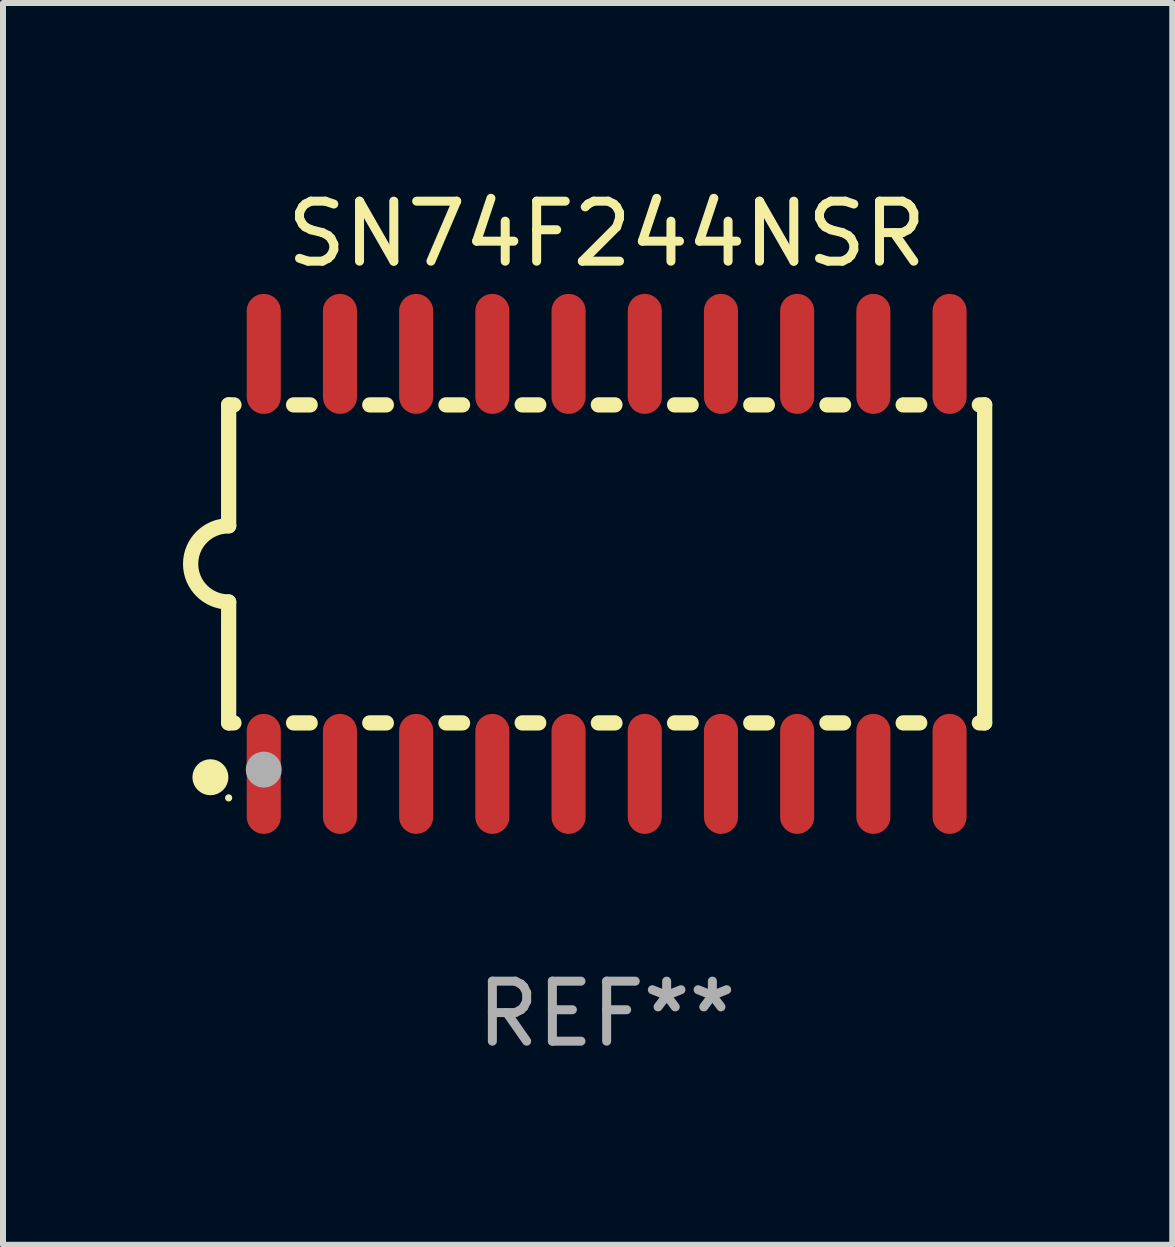
<source format=kicad_pcb>
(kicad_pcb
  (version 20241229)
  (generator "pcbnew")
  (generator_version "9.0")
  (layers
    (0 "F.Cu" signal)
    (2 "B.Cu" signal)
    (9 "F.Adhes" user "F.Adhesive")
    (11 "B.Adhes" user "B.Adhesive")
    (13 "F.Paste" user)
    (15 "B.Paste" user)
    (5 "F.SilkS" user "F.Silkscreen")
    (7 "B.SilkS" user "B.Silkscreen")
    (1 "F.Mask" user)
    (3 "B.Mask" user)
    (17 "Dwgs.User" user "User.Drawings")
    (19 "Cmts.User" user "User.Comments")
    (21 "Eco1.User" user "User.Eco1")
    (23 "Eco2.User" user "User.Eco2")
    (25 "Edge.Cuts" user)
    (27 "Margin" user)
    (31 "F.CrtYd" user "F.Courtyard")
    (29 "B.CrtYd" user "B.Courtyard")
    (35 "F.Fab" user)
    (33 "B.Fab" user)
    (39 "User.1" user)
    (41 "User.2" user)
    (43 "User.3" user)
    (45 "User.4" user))
  (footprint "SN74F244NSR"
    (layer "F.Cu")
    (at 7.061 6.348)
    (property "Reference" "SN74F244NSR" (at 0 -5.5 0) (layer "F.SilkS") (effects (font (size 1 1) (thickness 0.15))))
    (attr through_hole)
    (fp_line (start -6.3 -2.65) (end -6.3 -0.635) (stroke (width 0.254) (type solid)) (layer "F.SilkS"))
    (fp_line (start -6.3 -2.65) (end -6.212 -2.65) (stroke (width 0.254) (type solid)) (layer "F.SilkS"))
    (fp_line (start -6.3 2.65) (end -6.3 0.635) (stroke (width 0.254) (type solid)) (layer "F.SilkS"))
    (fp_line (start -6.3 2.65) (end -6.212 2.65) (stroke (width 0.254) (type solid)) (layer "F.SilkS"))
    (fp_line (start -5.218 -2.65) (end -4.942 -2.65) (stroke (width 0.254) (type solid)) (layer "F.SilkS"))
    (fp_line (start -5.218 2.65) (end -4.942 2.65) (stroke (width 0.254) (type solid)) (layer "F.SilkS"))
    (fp_line (start -3.948 -2.65) (end -3.672 -2.65) (stroke (width 0.254) (type solid)) (layer "F.SilkS"))
    (fp_line (start -3.948 2.65) (end -3.672 2.65) (stroke (width 0.254) (type solid)) (layer "F.SilkS"))
    (fp_line (start -2.678 -2.65) (end -2.402 -2.65) (stroke (width 0.254) (type solid)) (layer "F.SilkS"))
    (fp_line (start -2.678 2.65) (end -2.402 2.65) (stroke (width 0.254) (type solid)) (layer "F.SilkS"))
    (fp_line (start -1.408 -2.65) (end -1.132 -2.65) (stroke (width 0.254) (type solid)) (layer "F.SilkS"))
    (fp_line (start -1.408 2.65) (end -1.132 2.65) (stroke (width 0.254) (type solid)) (layer "F.SilkS"))
    (fp_line (start -0.138 -2.65) (end 0.138 -2.65) (stroke (width 0.254) (type solid)) (layer "F.SilkS"))
    (fp_line (start -0.138 2.65) (end 0.138 2.65) (stroke (width 0.254) (type solid)) (layer "F.SilkS"))
    (fp_line (start 1.132 -2.65) (end 1.408 -2.65) (stroke (width 0.254) (type solid)) (layer "F.SilkS"))
    (fp_line (start 1.132 2.65) (end 1.408 2.65) (stroke (width 0.254) (type solid)) (layer "F.SilkS"))
    (fp_line (start 2.402 -2.65) (end 2.678 -2.65) (stroke (width 0.254) (type solid)) (layer "F.SilkS"))
    (fp_line (start 2.402 2.65) (end 2.678 2.65) (stroke (width 0.254) (type solid)) (layer "F.SilkS"))
    (fp_line (start 3.672 -2.65) (end 3.948 -2.65) (stroke (width 0.254) (type solid)) (layer "F.SilkS"))
    (fp_line (start 3.672 2.65) (end 3.948 2.65) (stroke (width 0.254) (type solid)) (layer "F.SilkS"))
    (fp_line (start 4.942 -2.65) (end 5.218 -2.65) (stroke (width 0.254) (type solid)) (layer "F.SilkS"))
    (fp_line (start 4.942 2.65) (end 5.218 2.65) (stroke (width 0.254) (type solid)) (layer "F.SilkS"))
    (fp_line (start 6.212 -2.65) (end 6.3 -2.65) (stroke (width 0.254) (type solid)) (layer "F.SilkS"))
    (fp_line (start 6.212 2.65) (end 6.3 2.65) (stroke (width 0.254) (type solid)) (layer "F.SilkS"))
    (fp_line (start 6.3 -2.65) (end 6.3 2.65) (stroke (width 0.254) (type solid)) (layer "F.SilkS"))
    (fp_arc (start -6.299975 0.634874) (mid -6.933579 0.000127) (end -6.299213 -0.633858) (stroke (width 0.254001) (type solid)) (layer "F.SilkS"))
    (fp_circle (center -6.604 3.556) (end -6.454 3.556) (stroke (width 0.3) (type solid)) (fill no) (layer "F.SilkS"))
    (fp_circle (center -6.3 3.9) (end -6.27 3.9) (stroke (width 0.06) (type solid)) (fill no) (layer "F.SilkS"))
    (fp_circle (center -5.715 3.429) (end -5.565 3.429) (stroke (width 0.3) (type solid)) (fill no) (layer "F.Fab"))
    (fp_text user "REF**" (at 0 7.5 0) (layer "F.Fab") (effects (font (size 1 1) (thickness 0.15))))
    (pad "1" smd oval (at -5.715 3.5) (size 0.568 2) (layers "F.Cu" "F.Mask" "F.Paste"))
    (pad "2" smd oval (at -4.445 3.5) (size 0.568 2) (layers "F.Cu" "F.Mask" "F.Paste"))
    (pad "3" smd oval (at -3.175 3.5) (size 0.568 2) (layers "F.Cu" "F.Mask" "F.Paste"))
    (pad "4" smd oval (at -1.905 3.5) (size 0.568 2) (layers "F.Cu" "F.Mask" "F.Paste"))
    (pad "5" smd oval (at -0.635 3.5) (size 0.568 2) (layers "F.Cu" "F.Mask" "F.Paste"))
    (pad "6" smd oval (at 0.635 3.5) (size 0.568 2) (layers "F.Cu" "F.Mask" "F.Paste"))
    (pad "7" smd oval (at 1.905 3.5) (size 0.568 2) (layers "F.Cu" "F.Mask" "F.Paste"))
    (pad "8" smd oval (at 3.175 3.5) (size 0.568 2) (layers "F.Cu" "F.Mask" "F.Paste"))
    (pad "9" smd oval (at 4.445 3.5) (size 0.568 2) (layers "F.Cu" "F.Mask" "F.Paste"))
    (pad "10" smd oval (at 5.715 3.5) (size 0.568 2) (layers "F.Cu" "F.Mask" "F.Paste"))
    (pad "11" smd oval (at 5.715 -3.5) (size 0.568 2) (layers "F.Cu" "F.Mask" "F.Paste"))
    (pad "12" smd oval (at 4.445 -3.5) (size 0.568 2) (layers "F.Cu" "F.Mask" "F.Paste"))
    (pad "13" smd oval (at 3.175 -3.5) (size 0.568 2) (layers "F.Cu" "F.Mask" "F.Paste"))
    (pad "14" smd oval (at 1.905 -3.5) (size 0.568 2) (layers "F.Cu" "F.Mask" "F.Paste"))
    (pad "15" smd oval (at 0.635 -3.5) (size 0.568 2) (layers "F.Cu" "F.Mask" "F.Paste"))
    (pad "16" smd oval (at -0.635 -3.5) (size 0.568 2) (layers "F.Cu" "F.Mask" "F.Paste"))
    (pad "17" smd oval (at -1.905 -3.5) (size 0.568 2) (layers "F.Cu" "F.Mask" "F.Paste"))
    (pad "18" smd oval (at -3.175 -3.5) (size 0.568 2) (layers "F.Cu" "F.Mask" "F.Paste"))
    (pad "19" smd oval (at -4.445 -3.5) (size 0.568 2) (layers "F.Cu" "F.Mask" "F.Paste"))
    (pad "20" smd oval (at -5.715 -3.5) (size 0.568 2) (layers "F.Cu" "F.Mask" "F.Paste")))
  (gr_rect
    (start -3 -3)
    (end 16.488 17.697)
    (stroke (width 0.1) (type default))
    (fill no)
    (layer "Edge.Cuts")))
</source>
